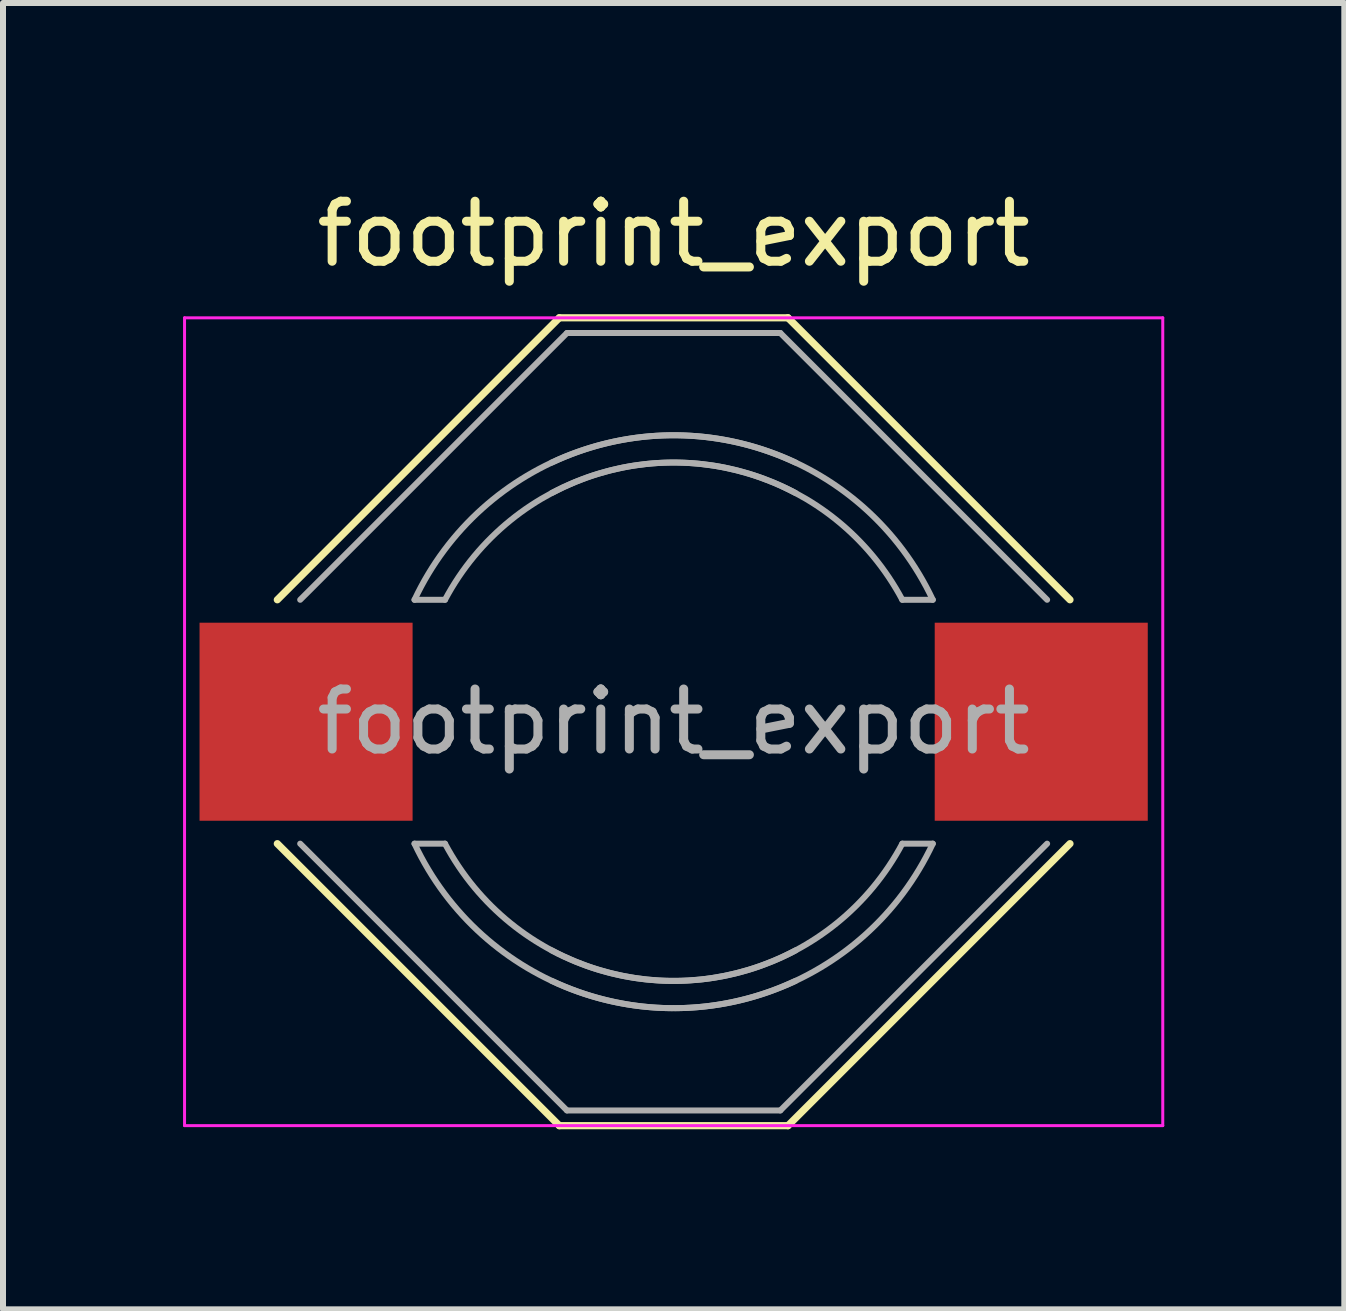
<source format=kicad_pcb>
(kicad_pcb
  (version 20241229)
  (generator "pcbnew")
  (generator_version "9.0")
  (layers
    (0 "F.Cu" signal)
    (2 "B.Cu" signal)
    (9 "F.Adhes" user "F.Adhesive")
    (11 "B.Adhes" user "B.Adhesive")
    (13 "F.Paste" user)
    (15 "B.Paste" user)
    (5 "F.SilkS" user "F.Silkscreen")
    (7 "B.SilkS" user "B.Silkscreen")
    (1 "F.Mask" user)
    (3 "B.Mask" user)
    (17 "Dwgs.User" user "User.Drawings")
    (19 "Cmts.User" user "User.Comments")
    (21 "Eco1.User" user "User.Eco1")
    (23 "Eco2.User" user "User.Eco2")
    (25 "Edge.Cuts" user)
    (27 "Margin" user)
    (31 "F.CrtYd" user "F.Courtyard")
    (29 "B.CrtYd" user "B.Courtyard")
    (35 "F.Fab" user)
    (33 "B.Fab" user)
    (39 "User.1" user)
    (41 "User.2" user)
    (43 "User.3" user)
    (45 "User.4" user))
  (footprint "footprint_export"
    (layer "F.Cu")
    (at 8.175 8.976)
    (property "Reference" "footprint_export" (at 0 -8.128 0) (layer "F.SilkS") (effects (font (size 1 1) (thickness 0.15))))
    (attr smd)
    (fp_line (start -6.604 -2.032) (end -1.905 -6.731) (stroke (width 0.12) (type solid)) (layer "F.SilkS"))
    (fp_line (start -6.604 2.032) (end -1.905 6.731) (stroke (width 0.12) (type solid)) (layer "F.SilkS"))
    (fp_line (start -1.905 -6.731) (end 1.905 -6.731) (stroke (width 0.12) (type solid)) (layer "F.SilkS"))
    (fp_line (start -1.905 6.731) (end 1.905 6.731) (stroke (width 0.12) (type solid)) (layer "F.SilkS"))
    (fp_line (start 1.905 -6.731) (end 6.604 -2.032) (stroke (width 0.12) (type solid)) (layer "F.SilkS"))
    (fp_line (start 1.905 6.731) (end 6.604 2.032) (stroke (width 0.12) (type solid)) (layer "F.SilkS"))
    (fp_line (start -8.15 -6.73) (end -8.15 6.73) (stroke (width 0.05) (type solid)) (layer "F.CrtYd"))
    (fp_line (start -8.15 -6.73) (end 8.15 -6.73) (stroke (width 0.05) (type solid)) (layer "F.CrtYd"))
    (fp_line (start -8.15 6.73) (end 8.15 6.73) (stroke (width 0.05) (type solid)) (layer "F.CrtYd"))
    (fp_line (start 8.15 -6.73) (end 8.15 6.73) (stroke (width 0.05) (type solid)) (layer "F.CrtYd"))
    (fp_line (start -6.223 -2.032) (end -1.778 -6.477) (stroke (width 0.1) (type solid)) (layer "F.Fab"))
    (fp_line (start -6.223 2.032) (end -1.778 6.477) (stroke (width 0.1) (type solid)) (layer "F.Fab"))
    (fp_line (start -3.81 -2.032) (end -4.318 -2.032) (stroke (width 0.1) (type solid)) (layer "F.Fab"))
    (fp_line (start -3.81 2.032) (end -4.318 2.032) (stroke (width 0.1) (type solid)) (layer "F.Fab"))
    (fp_line (start -1.778 6.477) (end 1.778 6.477) (stroke (width 0.1) (type solid)) (layer "F.Fab"))
    (fp_line (start 1.778 -6.477) (end -1.778 -6.477) (stroke (width 0.1) (type solid)) (layer "F.Fab"))
    (fp_line (start 1.778 6.477) (end 6.223 2.032) (stroke (width 0.1) (type solid)) (layer "F.Fab"))
    (fp_line (start 3.81 -2.032) (end 4.318 -2.032) (stroke (width 0.1) (type solid)) (layer "F.Fab"))
    (fp_line (start 3.81 2.032) (end 4.318 2.032) (stroke (width 0.1) (type solid)) (layer "F.Fab"))
    (fp_line (start 6.223 -2.032) (end 1.778 -6.477) (stroke (width 0.1) (type solid)) (layer "F.Fab"))
    (fp_arc (start -4.318 -2.032) (mid -1.616446 -4.490128) (end 2.032 -4.318) (stroke (width 0.1) (type solid)) (layer "F.Fab"))
    (fp_arc (start -3.81 -2.032) (mid -1.257236 -4.130918) (end 2.032 -3.81) (stroke (width 0.1) (type solid)) (layer "F.Fab"))
    (fp_arc (start -2.032 -4.318) (mid 1.616446 -4.490128) (end 4.318 -2.032) (stroke (width 0.1) (type solid)) (layer "F.Fab"))
    (fp_arc (start -2.032 -3.81) (mid 1.257236 -4.130918) (end 3.81 -2.032) (stroke (width 0.1) (type solid)) (layer "F.Fab"))
    (fp_arc (start 2.032 3.81) (mid -1.257236 4.130918) (end -3.81 2.032) (stroke (width 0.1) (type solid)) (layer "F.Fab"))
    (fp_arc (start 2.032 4.318) (mid -1.616446 4.490128) (end -4.318 2.032) (stroke (width 0.1) (type solid)) (layer "F.Fab"))
    (fp_arc (start 3.81 2.032) (mid 1.257236 4.130918) (end -2.032 3.81) (stroke (width 0.1) (type solid)) (layer "F.Fab"))
    (fp_arc (start 4.318 2.032) (mid 1.616446 4.490128) (end -2.032 4.318) (stroke (width 0.1) (type solid)) (layer "F.Fab"))
    (fp_text user "${REFERENCE}" (at 0 0 0) (layer "F.Fab") (effects (font (size 1 1) (thickness 0.15))))
    (pad "1" smd rect (at -6.125 0) (size 3.55 3.3) (layers "F.Cu" "F.Mask" "F.Paste"))
    (pad "2" smd rect (at 6.125 0) (size 3.55 3.3) (layers "F.Cu" "F.Mask" "F.Paste")))
  (gr_rect
    (start -3 -3)
    (end 19.35 18.767)
    (stroke (width 0.1) (type default))
    (fill no)
    (layer "Edge.Cuts")))
</source>
